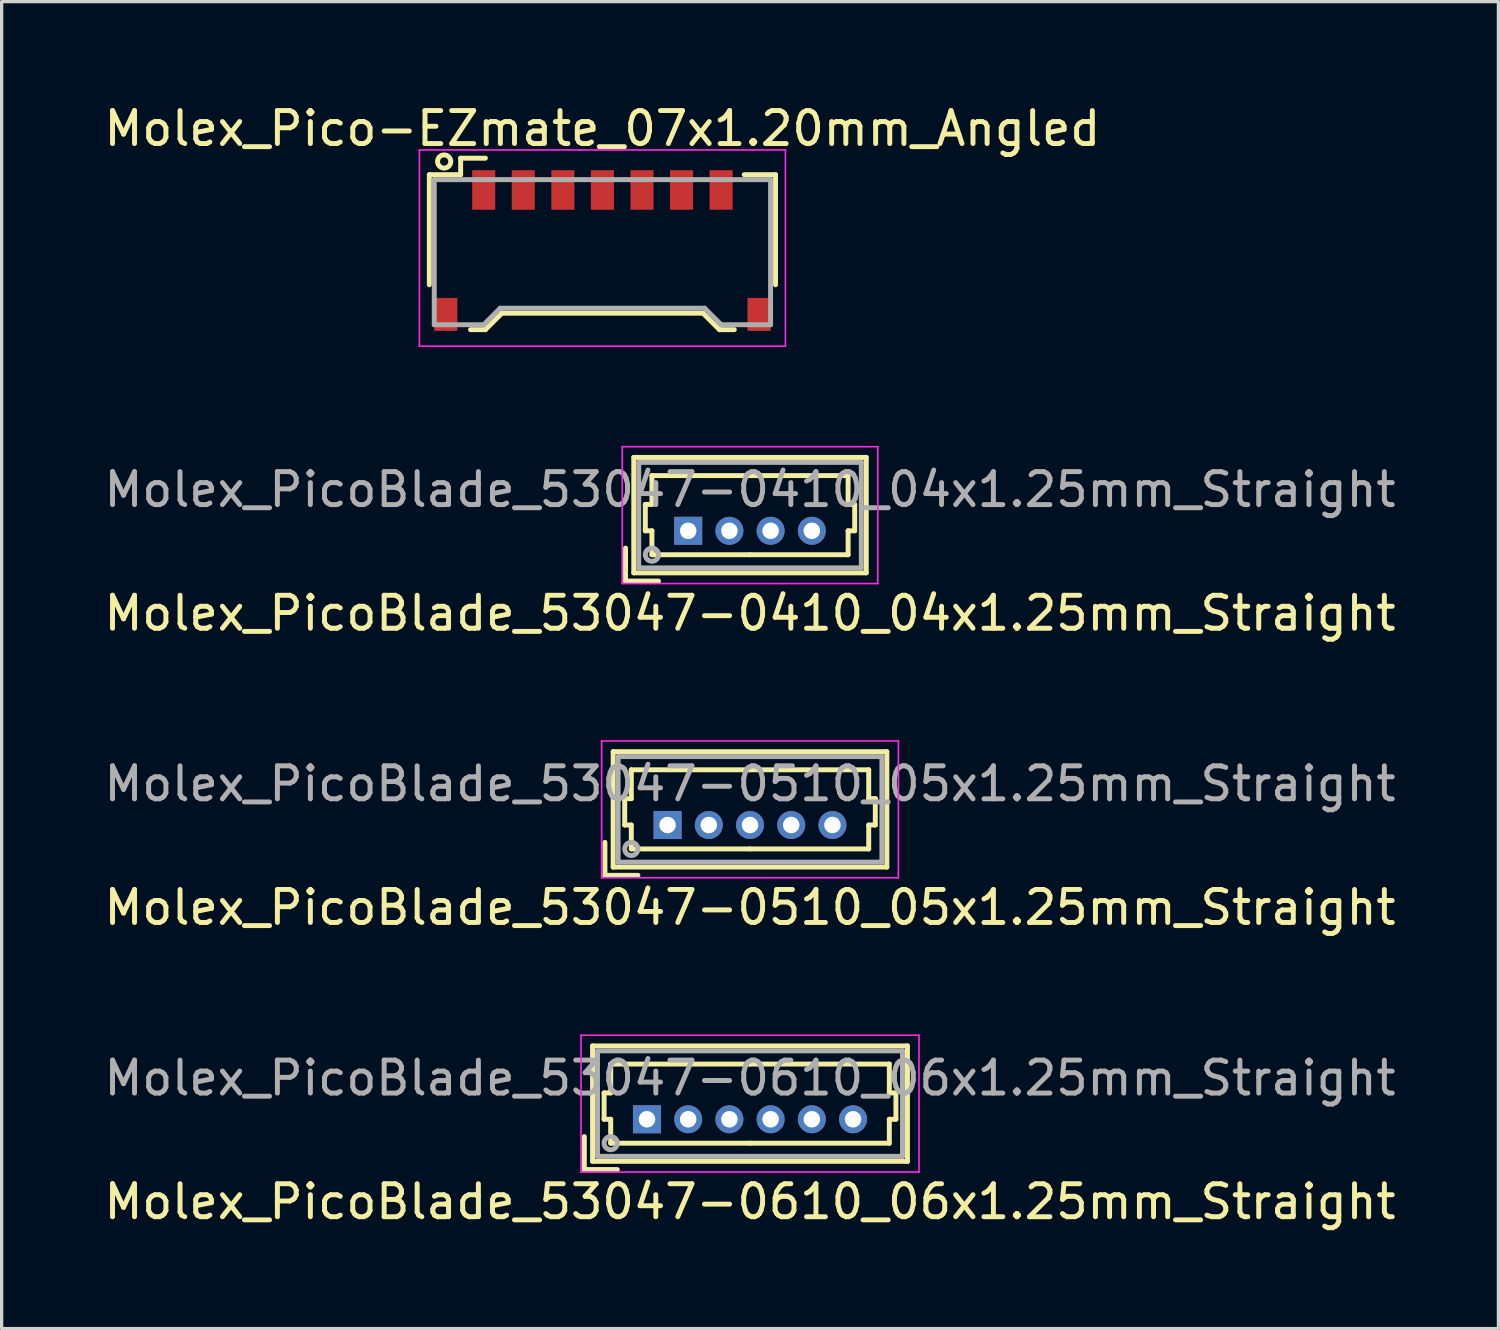
<source format=kicad_pcb>
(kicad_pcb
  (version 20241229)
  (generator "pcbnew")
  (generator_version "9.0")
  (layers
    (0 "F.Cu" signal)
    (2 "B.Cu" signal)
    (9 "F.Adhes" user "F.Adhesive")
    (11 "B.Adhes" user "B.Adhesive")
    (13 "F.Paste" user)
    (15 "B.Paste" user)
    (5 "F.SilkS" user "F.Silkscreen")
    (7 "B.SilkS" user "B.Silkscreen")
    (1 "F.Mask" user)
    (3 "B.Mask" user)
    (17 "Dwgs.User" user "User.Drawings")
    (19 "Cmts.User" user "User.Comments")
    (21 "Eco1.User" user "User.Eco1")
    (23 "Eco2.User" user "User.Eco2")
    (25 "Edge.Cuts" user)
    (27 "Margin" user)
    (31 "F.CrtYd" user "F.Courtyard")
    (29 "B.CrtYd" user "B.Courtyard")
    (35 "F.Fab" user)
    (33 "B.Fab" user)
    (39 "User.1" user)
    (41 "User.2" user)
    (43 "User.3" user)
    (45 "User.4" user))
  (footprint "Molex_PicoBlade_53047-0510_05x1.25mm_Straight"
    (layer "F.Cu")
    (at 17.196 21.971)
    (property "Reference" "Molex_PicoBlade_53047-0510_05x1.25mm_Straight" (at 2.5 2.5 0) (layer "F.SilkS") (effects (font (size 1 1) (thickness 0.15))))
    (attr through_hole)
    (fp_line (start -1.9 1.525) (end -1.9 0.525) (stroke (width 0.15) (type solid)) (layer "F.SilkS"))
    (fp_line (start -1.9 1.525) (end -0.9 1.525) (stroke (width 0.15) (type solid)) (layer "F.SilkS"))
    (fp_line (start -1.65 -2.225) (end -1.65 1.275) (stroke (width 0.15) (type solid)) (layer "F.SilkS"))
    (fp_line (start -1.65 1.275) (end 6.65 1.275) (stroke (width 0.15) (type solid)) (layer "F.SilkS"))
    (fp_line (start -1.3 -0.8) (end -1.1 -0.8) (stroke (width 0.15) (type solid)) (layer "F.SilkS"))
    (fp_line (start -1.3 0) (end -1.3 -0.8) (stroke (width 0.15) (type solid)) (layer "F.SilkS"))
    (fp_line (start -1.1 -1.675) (end 2.5 -1.675) (stroke (width 0.15) (type solid)) (layer "F.SilkS"))
    (fp_line (start -1.1 -0.8) (end -1.1 -1.675) (stroke (width 0.15) (type solid)) (layer "F.SilkS"))
    (fp_line (start -1.1 0) (end -1.3 0) (stroke (width 0.15) (type solid)) (layer "F.SilkS"))
    (fp_line (start -1.1 0.725) (end -1.1 0) (stroke (width 0.15) (type solid)) (layer "F.SilkS"))
    (fp_line (start 2.5 0.725) (end -1.1 0.725) (stroke (width 0.15) (type solid)) (layer "F.SilkS"))
    (fp_line (start 2.5 0.725) (end 6.1 0.725) (stroke (width 0.15) (type solid)) (layer "F.SilkS"))
    (fp_line (start 6.1 -1.675) (end 2.5 -1.675) (stroke (width 0.15) (type solid)) (layer "F.SilkS"))
    (fp_line (start 6.1 -0.8) (end 6.1 -1.675) (stroke (width 0.15) (type solid)) (layer "F.SilkS"))
    (fp_line (start 6.1 0) (end 6.3 0) (stroke (width 0.15) (type solid)) (layer "F.SilkS"))
    (fp_line (start 6.1 0.725) (end 6.1 0) (stroke (width 0.15) (type solid)) (layer "F.SilkS"))
    (fp_line (start 6.3 -0.8) (end 6.1 -0.8) (stroke (width 0.15) (type solid)) (layer "F.SilkS"))
    (fp_line (start 6.3 0) (end 6.3 -0.8) (stroke (width 0.15) (type solid)) (layer "F.SilkS"))
    (fp_line (start 6.65 -2.225) (end -1.65 -2.225) (stroke (width 0.15) (type solid)) (layer "F.SilkS"))
    (fp_line (start 6.65 1.275) (end 6.65 -2.225) (stroke (width 0.15) (type solid)) (layer "F.SilkS"))
    (fp_line (start -2 -2.55) (end -2 1.6) (stroke (width 0.05) (type solid)) (layer "F.CrtYd"))
    (fp_line (start -2 1.6) (end 7 1.6) (stroke (width 0.05) (type solid)) (layer "F.CrtYd"))
    (fp_line (start 7 -2.55) (end -2 -2.55) (stroke (width 0.05) (type solid)) (layer "F.CrtYd"))
    (fp_line (start 7 1.6) (end 7 -2.55) (stroke (width 0.05) (type solid)) (layer "F.CrtYd"))
    (fp_line (start -1.5 -2.075) (end -1.5 1.125) (stroke (width 0.15) (type solid)) (layer "F.Fab"))
    (fp_line (start -1.5 1.125) (end 6.5 1.125) (stroke (width 0.15) (type solid)) (layer "F.Fab"))
    (fp_line (start 6.5 -2.075) (end -1.5 -2.075) (stroke (width 0.15) (type solid)) (layer "F.Fab"))
    (fp_line (start 6.5 1.125) (end 6.5 -2.075) (stroke (width 0.15) (type solid)) (layer "F.Fab"))
    (fp_circle (center -1.1 0.725) (end -0.9 0.725) (stroke (width 0.15) (type solid)) (fill no) (layer "F.Fab"))
    (fp_text user "${REFERENCE}" (at 2.5 -1.25 0) (layer "F.Fab") (effects (font (size 1 1) (thickness 0.15))))
    (pad "1" thru_hole rect (at 0 0) (size 0.85 0.85) (drill 0.5) (layers "*.Cu" "*.Mask"))
    (pad "2" thru_hole circle (at 1.25 0) (size 0.85 0.85) (drill 0.5) (layers "*.Cu" "*.Mask"))
    (pad "3" thru_hole circle (at 2.5 0) (size 0.85 0.85) (drill 0.5) (layers "*.Cu" "*.Mask"))
    (pad "4" thru_hole circle (at 3.75 0) (size 0.85 0.85) (drill 0.5) (layers "*.Cu" "*.Mask"))
    (pad "5" thru_hole circle (at 5 0) (size 0.85 0.85) (drill 0.5) (layers "*.Cu" "*.Mask")))
  (footprint "Molex_PicoBlade_53047-0410_04x1.25mm_Straight"
    (layer "F.Cu")
    (at 17.821 13.048)
    (property "Reference" "Molex_PicoBlade_53047-0410_04x1.25mm_Straight" (at 1.875 2.5 0) (layer "F.SilkS") (effects (font (size 1 1) (thickness 0.15))))
    (attr through_hole)
    (fp_line (start -1.9 1.525) (end -1.9 0.525) (stroke (width 0.15) (type solid)) (layer "F.SilkS"))
    (fp_line (start -1.9 1.525) (end -0.9 1.525) (stroke (width 0.15) (type solid)) (layer "F.SilkS"))
    (fp_line (start -1.65 -2.225) (end -1.65 1.275) (stroke (width 0.15) (type solid)) (layer "F.SilkS"))
    (fp_line (start -1.65 1.275) (end 5.4 1.275) (stroke (width 0.15) (type solid)) (layer "F.SilkS"))
    (fp_line (start -1.3 -0.8) (end -1.1 -0.8) (stroke (width 0.15) (type solid)) (layer "F.SilkS"))
    (fp_line (start -1.3 0) (end -1.3 -0.8) (stroke (width 0.15) (type solid)) (layer "F.SilkS"))
    (fp_line (start -1.1 -1.675) (end 1.875 -1.675) (stroke (width 0.15) (type solid)) (layer "F.SilkS"))
    (fp_line (start -1.1 -0.8) (end -1.1 -1.675) (stroke (width 0.15) (type solid)) (layer "F.SilkS"))
    (fp_line (start -1.1 0) (end -1.3 0) (stroke (width 0.15) (type solid)) (layer "F.SilkS"))
    (fp_line (start -1.1 0.725) (end -1.1 0) (stroke (width 0.15) (type solid)) (layer "F.SilkS"))
    (fp_line (start 1.875 0.725) (end -1.1 0.725) (stroke (width 0.15) (type solid)) (layer "F.SilkS"))
    (fp_line (start 1.875 0.725) (end 4.85 0.725) (stroke (width 0.15) (type solid)) (layer "F.SilkS"))
    (fp_line (start 4.85 -1.675) (end 1.875 -1.675) (stroke (width 0.15) (type solid)) (layer "F.SilkS"))
    (fp_line (start 4.85 -0.8) (end 4.85 -1.675) (stroke (width 0.15) (type solid)) (layer "F.SilkS"))
    (fp_line (start 4.85 0) (end 5.05 0) (stroke (width 0.15) (type solid)) (layer "F.SilkS"))
    (fp_line (start 4.85 0.725) (end 4.85 0) (stroke (width 0.15) (type solid)) (layer "F.SilkS"))
    (fp_line (start 5.05 -0.8) (end 4.85 -0.8) (stroke (width 0.15) (type solid)) (layer "F.SilkS"))
    (fp_line (start 5.05 0) (end 5.05 -0.8) (stroke (width 0.15) (type solid)) (layer "F.SilkS"))
    (fp_line (start 5.4 -2.225) (end -1.65 -2.225) (stroke (width 0.15) (type solid)) (layer "F.SilkS"))
    (fp_line (start 5.4 1.275) (end 5.4 -2.225) (stroke (width 0.15) (type solid)) (layer "F.SilkS"))
    (fp_line (start -2 -2.55) (end -2 1.6) (stroke (width 0.05) (type solid)) (layer "F.CrtYd"))
    (fp_line (start -2 1.6) (end 5.75 1.6) (stroke (width 0.05) (type solid)) (layer "F.CrtYd"))
    (fp_line (start 5.75 -2.55) (end -2 -2.55) (stroke (width 0.05) (type solid)) (layer "F.CrtYd"))
    (fp_line (start 5.75 1.6) (end 5.75 -2.55) (stroke (width 0.05) (type solid)) (layer "F.CrtYd"))
    (fp_line (start -1.5 -2.075) (end -1.5 1.125) (stroke (width 0.15) (type solid)) (layer "F.Fab"))
    (fp_line (start -1.5 1.125) (end 5.25 1.125) (stroke (width 0.15) (type solid)) (layer "F.Fab"))
    (fp_line (start 5.25 -2.075) (end -1.5 -2.075) (stroke (width 0.15) (type solid)) (layer "F.Fab"))
    (fp_line (start 5.25 1.125) (end 5.25 -2.075) (stroke (width 0.15) (type solid)) (layer "F.Fab"))
    (fp_circle (center -1.1 0.725) (end -0.9 0.725) (stroke (width 0.15) (type solid)) (fill no) (layer "F.Fab"))
    (fp_text user "${REFERENCE}" (at 1.875 -1.25 0) (layer "F.Fab") (effects (font (size 1 1) (thickness 0.15))))
    (pad "1" thru_hole rect (at 0 0) (size 0.85 0.85) (drill 0.5) (layers "*.Cu" "*.Mask"))
    (pad "2" thru_hole circle (at 1.25 0) (size 0.85 0.85) (drill 0.5) (layers "*.Cu" "*.Mask"))
    (pad "3" thru_hole circle (at 2.5 0) (size 0.85 0.85) (drill 0.5) (layers "*.Cu" "*.Mask"))
    (pad "4" thru_hole circle (at 3.75 0) (size 0.85 0.85) (drill 0.5) (layers "*.Cu" "*.Mask")))
  (footprint "Molex_PicoBlade_53047-0610_06x1.25mm_Straight"
    (layer "F.Cu")
    (at 16.571 30.895)
    (property "Reference" "Molex_PicoBlade_53047-0610_06x1.25mm_Straight" (at 3.125 2.5 0) (layer "F.SilkS") (effects (font (size 1 1) (thickness 0.15))))
    (attr through_hole)
    (fp_line (start -1.9 1.525) (end -1.9 0.525) (stroke (width 0.15) (type solid)) (layer "F.SilkS"))
    (fp_line (start -1.9 1.525) (end -0.9 1.525) (stroke (width 0.15) (type solid)) (layer "F.SilkS"))
    (fp_line (start -1.65 -2.225) (end -1.65 1.275) (stroke (width 0.15) (type solid)) (layer "F.SilkS"))
    (fp_line (start -1.65 1.275) (end 7.9 1.275) (stroke (width 0.15) (type solid)) (layer "F.SilkS"))
    (fp_line (start -1.3 -0.8) (end -1.1 -0.8) (stroke (width 0.15) (type solid)) (layer "F.SilkS"))
    (fp_line (start -1.3 0) (end -1.3 -0.8) (stroke (width 0.15) (type solid)) (layer "F.SilkS"))
    (fp_line (start -1.1 -1.675) (end 3.125 -1.675) (stroke (width 0.15) (type solid)) (layer "F.SilkS"))
    (fp_line (start -1.1 -0.8) (end -1.1 -1.675) (stroke (width 0.15) (type solid)) (layer "F.SilkS"))
    (fp_line (start -1.1 0) (end -1.3 0) (stroke (width 0.15) (type solid)) (layer "F.SilkS"))
    (fp_line (start -1.1 0.725) (end -1.1 0) (stroke (width 0.15) (type solid)) (layer "F.SilkS"))
    (fp_line (start 3.125 0.725) (end -1.1 0.725) (stroke (width 0.15) (type solid)) (layer "F.SilkS"))
    (fp_line (start 3.125 0.725) (end 7.35 0.725) (stroke (width 0.15) (type solid)) (layer "F.SilkS"))
    (fp_line (start 7.35 -1.675) (end 3.125 -1.675) (stroke (width 0.15) (type solid)) (layer "F.SilkS"))
    (fp_line (start 7.35 -0.8) (end 7.35 -1.675) (stroke (width 0.15) (type solid)) (layer "F.SilkS"))
    (fp_line (start 7.35 0) (end 7.55 0) (stroke (width 0.15) (type solid)) (layer "F.SilkS"))
    (fp_line (start 7.35 0.725) (end 7.35 0) (stroke (width 0.15) (type solid)) (layer "F.SilkS"))
    (fp_line (start 7.55 -0.8) (end 7.35 -0.8) (stroke (width 0.15) (type solid)) (layer "F.SilkS"))
    (fp_line (start 7.55 0) (end 7.55 -0.8) (stroke (width 0.15) (type solid)) (layer "F.SilkS"))
    (fp_line (start 7.9 -2.225) (end -1.65 -2.225) (stroke (width 0.15) (type solid)) (layer "F.SilkS"))
    (fp_line (start 7.9 1.275) (end 7.9 -2.225) (stroke (width 0.15) (type solid)) (layer "F.SilkS"))
    (fp_line (start -2 -2.55) (end -2 1.6) (stroke (width 0.05) (type solid)) (layer "F.CrtYd"))
    (fp_line (start -2 1.6) (end 8.25 1.6) (stroke (width 0.05) (type solid)) (layer "F.CrtYd"))
    (fp_line (start 8.25 -2.55) (end -2 -2.55) (stroke (width 0.05) (type solid)) (layer "F.CrtYd"))
    (fp_line (start 8.25 1.6) (end 8.25 -2.55) (stroke (width 0.05) (type solid)) (layer "F.CrtYd"))
    (fp_line (start -1.5 -2.075) (end -1.5 1.125) (stroke (width 0.15) (type solid)) (layer "F.Fab"))
    (fp_line (start -1.5 1.125) (end 7.75 1.125) (stroke (width 0.15) (type solid)) (layer "F.Fab"))
    (fp_line (start 7.75 -2.075) (end -1.5 -2.075) (stroke (width 0.15) (type solid)) (layer "F.Fab"))
    (fp_line (start 7.75 1.125) (end 7.75 -2.075) (stroke (width 0.15) (type solid)) (layer "F.Fab"))
    (fp_circle (center -1.1 0.725) (end -0.9 0.725) (stroke (width 0.15) (type solid)) (fill no) (layer "F.Fab"))
    (fp_text user "${REFERENCE}" (at 3.125 -1.25 0) (layer "F.Fab") (effects (font (size 1 1) (thickness 0.15))))
    (pad "1" thru_hole rect (at 0 0) (size 0.85 0.85) (drill 0.5) (layers "*.Cu" "*.Mask"))
    (pad "2" thru_hole circle (at 1.25 0) (size 0.85 0.85) (drill 0.5) (layers "*.Cu" "*.Mask"))
    (pad "3" thru_hole circle (at 2.5 0) (size 0.85 0.85) (drill 0.5) (layers "*.Cu" "*.Mask"))
    (pad "4" thru_hole circle (at 3.75 0) (size 0.85 0.85) (drill 0.5) (layers "*.Cu" "*.Mask"))
    (pad "5" thru_hole circle (at 5 0) (size 0.85 0.85) (drill 0.5) (layers "*.Cu" "*.Mask"))
    (pad "6" thru_hole circle (at 6.25 0) (size 0.85 0.85) (drill 0.5) (layers "*.Cu" "*.Mask")))
  (footprint "Molex_Pico-EZmate_07x1.20mm_Angled"
    (layer "F.Cu")
    (at 15.22 4.598)
    (property "Reference" "Molex_Pico-EZmate_07x1.20mm_Angled" (at 0 -3.75 0) (layer "F.SilkS") (effects (font (size 1 1) (thickness 0.15))))
    (attr smd)
    (fp_line (start -5.25 -2.35) (end -5.25 0.988) (stroke (width 0.15) (type solid)) (layer "F.SilkS"))
    (fp_line (start -4.3 -2.85) (end -3.55 -2.85) (stroke (width 0.15) (type solid)) (layer "F.SilkS"))
    (fp_line (start -4.3 -2.35) (end -5.25 -2.35) (stroke (width 0.15) (type solid)) (layer "F.SilkS"))
    (fp_line (start -4.3 -2.35) (end -4.3 -2.85) (stroke (width 0.15) (type solid)) (layer "F.SilkS"))
    (fp_line (start -4 2.35) (end -3.55 2.35) (stroke (width 0.15) (type solid)) (layer "F.SilkS"))
    (fp_line (start -3.55 2.35) (end -3.05 1.85) (stroke (width 0.15) (type solid)) (layer "F.SilkS"))
    (fp_line (start -3.05 1.85) (end 3.05 1.85) (stroke (width 0.15) (type solid)) (layer "F.SilkS"))
    (fp_line (start 3.05 1.85) (end 3.55 2.35) (stroke (width 0.15) (type solid)) (layer "F.SilkS"))
    (fp_line (start 3.55 2.35) (end 4 2.35) (stroke (width 0.15) (type solid)) (layer "F.SilkS"))
    (fp_line (start 4.3 -2.35) (end 5.25 -2.35) (stroke (width 0.15) (type solid)) (layer "F.SilkS"))
    (fp_line (start 5.25 -2.35) (end 5.25 0.988) (stroke (width 0.15) (type solid)) (layer "F.SilkS"))
    (fp_circle (center -4.8 -2.75) (end -4.6 -2.75) (stroke (width 0.15) (type solid)) (fill no) (layer "F.SilkS"))
    (fp_line (start -5.55 -3.1) (end -5.55 2.85) (stroke (width 0.05) (type solid)) (layer "F.CrtYd"))
    (fp_line (start -5.55 2.85) (end 5.55 2.85) (stroke (width 0.05) (type solid)) (layer "F.CrtYd"))
    (fp_line (start 5.55 -3.1) (end -5.55 -3.1) (stroke (width 0.05) (type solid)) (layer "F.CrtYd"))
    (fp_line (start 5.55 2.85) (end 5.55 -3.1) (stroke (width 0.05) (type solid)) (layer "F.CrtYd"))
    (fp_line (start -5.1 -2.2) (end -5.1 2.2) (stroke (width 0.15) (type solid)) (layer "F.Fab"))
    (fp_line (start -5.1 2.2) (end -3.6 2.2) (stroke (width 0.15) (type solid)) (layer "F.Fab"))
    (fp_line (start -3.6 2.2) (end -3.1 1.7) (stroke (width 0.15) (type solid)) (layer "F.Fab"))
    (fp_line (start -3.1 1.7) (end 3.1 1.7) (stroke (width 0.15) (type solid)) (layer "F.Fab"))
    (fp_line (start 3.1 1.7) (end 3.6 2.2) (stroke (width 0.15) (type solid)) (layer "F.Fab"))
    (fp_line (start 3.6 2.2) (end 5.1 2.2) (stroke (width 0.15) (type solid)) (layer "F.Fab"))
    (fp_line (start 5.1 -2.2) (end -5.1 -2.2) (stroke (width 0.15) (type solid)) (layer "F.Fab"))
    (fp_line (start 5.1 2.2) (end 5.1 -2.2) (stroke (width 0.15) (type solid)) (layer "F.Fab"))
    (pad "" smd rect (at -4.75 1.887) (size 0.7 1) (layers "F.Cu" "F.Mask" "F.Paste"))
    (pad "" smd rect (at 4.75 1.887) (size 0.7 1) (layers "F.Cu" "F.Mask" "F.Paste"))
    (pad "1" smd rect (at -3.6 -1.887) (size 0.7 1.2) (layers "F.Cu" "F.Mask" "F.Paste"))
    (pad "2" smd rect (at -2.4 -1.887) (size 0.7 1.2) (layers "F.Cu" "F.Mask" "F.Paste"))
    (pad "3" smd rect (at -1.2 -1.887) (size 0.7 1.2) (layers "F.Cu" "F.Mask" "F.Paste"))
    (pad "4" smd rect (at 0 -1.887) (size 0.7 1.2) (layers "F.Cu" "F.Mask" "F.Paste"))
    (pad "5" smd rect (at 1.2 -1.887) (size 0.7 1.2) (layers "F.Cu" "F.Mask" "F.Paste"))
    (pad "6" smd rect (at 2.4 -1.887) (size 0.7 1.2) (layers "F.Cu" "F.Mask" "F.Paste"))
    (pad "7" smd rect (at 3.6 -1.887) (size 0.7 1.2) (layers "F.Cu" "F.Mask" "F.Paste")))
  (gr_rect
    (start -3 -3)
    (end 42.393 37.243)
    (stroke (width 0.1) (type default))
    (fill no)
    (layer "Edge.Cuts")))
</source>
